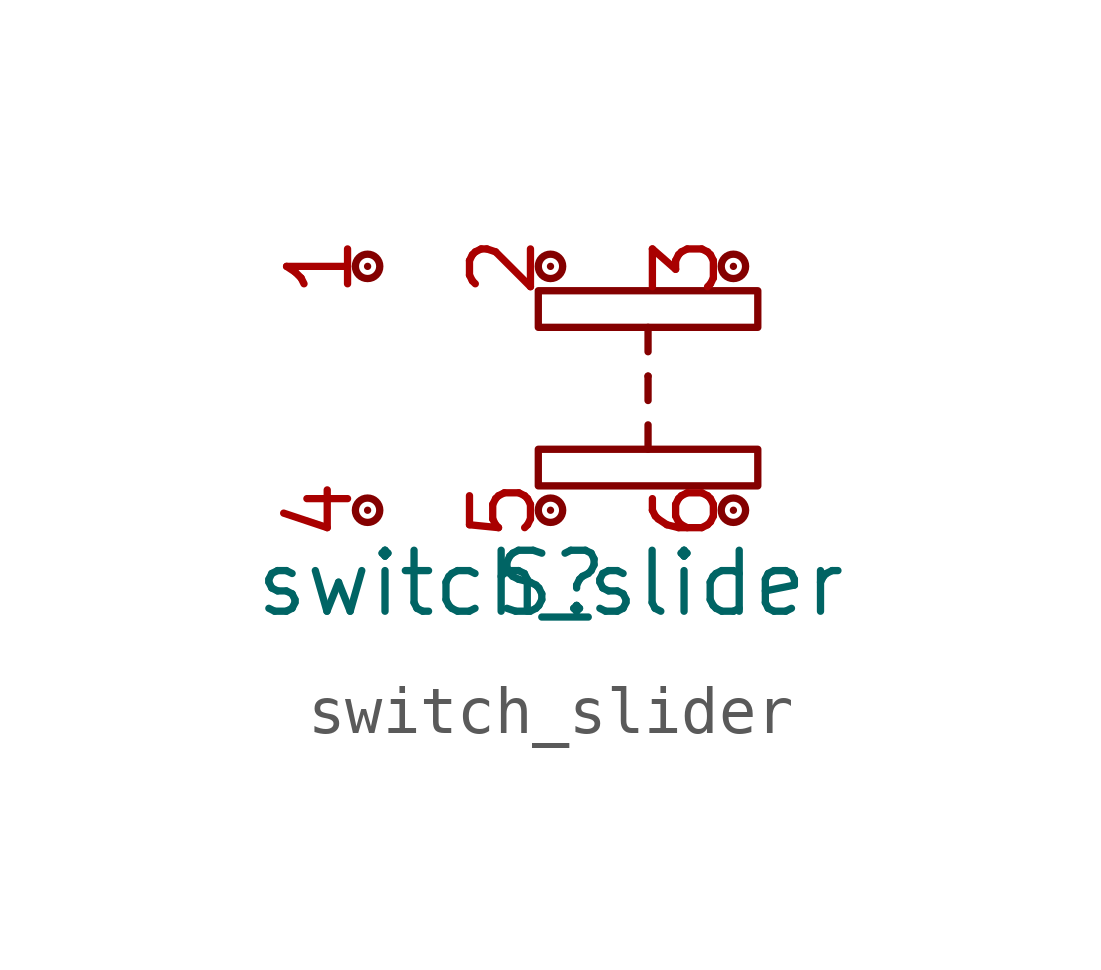
<source format=kicad_sym>
(kicad_symbol_lib
  (version 20211014)
  (generator kicad_symbol_editor)
  (symbol "switch_slider"
    (pin_names hide)
    (property "Reference" "S"
      (at 3.81 -1.524 0)
      (effects (font (size 1.27 1.27))))
    (property "Value" "switch_slider"
      (at 3.81 -1.524 0)
      (effects (font (size 1.27 1.27))))
    (symbol "switch_slider_0_1"
      (polyline (pts (xy 5.842 1.778) (xy 5.842 1.27)) (stroke (width 0) (type default) (color 0 0 0 0)) (fill (type none)))
      (polyline (pts (xy 5.842 2.794) (xy 5.842 2.286)) (stroke (width 0) (type default) (color 0 0 0 0)) (fill (type none)))
      (polyline (pts (xy 5.842 2.794) (xy 5.842 2.794)) (stroke (width 0) (type default) (color 0 0 0 0)) (fill (type none)))
      (polyline (pts (xy 5.842 3.81) (xy 5.842 3.302)) (stroke (width 0) (type default) (color 0 0 0 0)) (fill (type none)))
      (circle (center 0 0) (radius 0.254) (stroke (width 0) (type default) (color 0 0 0 0)) (fill (type none)))
      (circle (center 0 5.08) (radius 0.254) (stroke (width 0) (type default) (color 0 0 0 0)) (fill (type none)))
      (rectangle (start 3.556 1.27) (end 8.128 0.508) (stroke (width 0) (type default) (color 0 0 0 0)) (fill (type none)))
      (rectangle (start 3.556 4.572) (end 8.128 3.81) (stroke (width 0) (type default) (color 0 0 0 0)) (fill (type none)))
      (circle (center 3.81 0) (radius 0.254) (stroke (width 0) (type default) (color 0 0 0 0)) (fill (type none)))
      (circle (center 3.81 5.08) (radius 0.254) (stroke (width 0) (type default) (color 0 0 0 0)) (fill (type none)))
      (circle (center 7.62 0) (radius 0.254) (stroke (width 0) (type default) (color 0 0 0 0)) (fill (type none)))
      (circle (center 7.62 5.08) (radius 0.254) (stroke (width 0) (type default) (color 0 0 0 0)) (fill (type none))))
    (symbol "switch_slider_1_1"
      (pin passive line (at 0 5.08 270) (length 0) (name "" (effects (font (size 1.27 1.27)))) (number "1" (effects (font (size 1.27 1.27)))))
      (pin passive line (at 3.81 5.08 270) (length 0) (name "" (effects (font (size 1.27 1.27)))) (number "2" (effects (font (size 1.27 1.27)))))
      (pin passive line (at 7.62 5.08 270) (length 0) (name "" (effects (font (size 1.27 1.27)))) (number "3" (effects (font (size 1.27 1.27)))))
      (pin passive line (at 0 0 90) (length 0) (name "" (effects (font (size 1.27 1.27)))) (number "4" (effects (font (size 1.27 1.27)))))
      (pin passive line (at 3.81 0 90) (length 0) (name "" (effects (font (size 1.27 1.27)))) (number "5" (effects (font (size 1.27 1.27)))))
      (pin passive line (at 7.62 0 90) (length 0) (name "" (effects (font (size 1.27 1.27)))) (number "6" (effects (font (size 1.27 1.27))))))))
</source>
